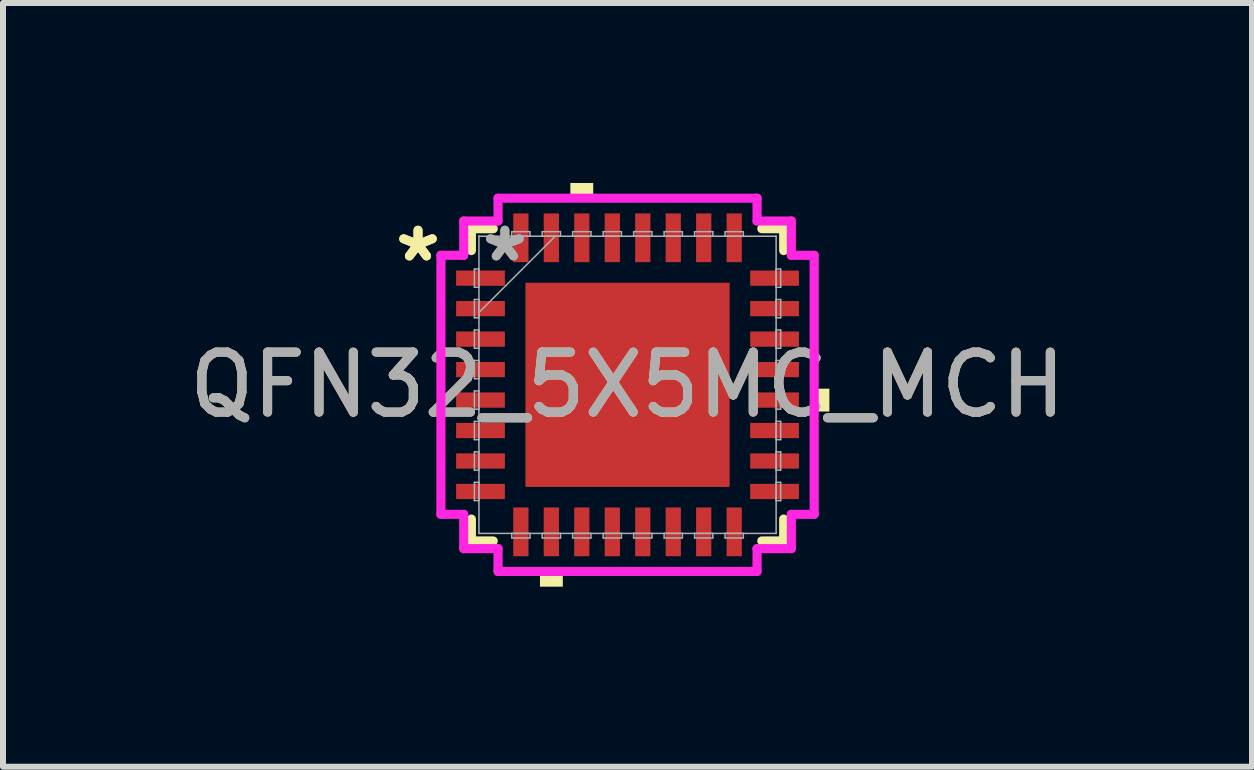
<source format=kicad_pcb>
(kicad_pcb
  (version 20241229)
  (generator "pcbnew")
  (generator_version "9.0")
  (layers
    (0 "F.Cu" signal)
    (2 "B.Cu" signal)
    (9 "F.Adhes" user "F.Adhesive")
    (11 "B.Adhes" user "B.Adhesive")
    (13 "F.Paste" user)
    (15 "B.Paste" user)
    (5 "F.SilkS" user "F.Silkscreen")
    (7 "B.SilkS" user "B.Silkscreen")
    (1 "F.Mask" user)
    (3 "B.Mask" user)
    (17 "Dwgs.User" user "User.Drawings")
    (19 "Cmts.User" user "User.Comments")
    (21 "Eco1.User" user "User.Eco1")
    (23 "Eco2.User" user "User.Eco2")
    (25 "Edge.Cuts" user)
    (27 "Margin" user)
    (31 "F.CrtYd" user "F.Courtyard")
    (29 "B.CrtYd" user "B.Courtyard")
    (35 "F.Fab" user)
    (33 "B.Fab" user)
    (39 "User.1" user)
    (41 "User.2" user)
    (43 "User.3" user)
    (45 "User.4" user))
  (footprint "QFN32_5X5MC_MCH"
    (layer "F.Cu")
    (at 7.411 3.365)
    (property "Reference" "QFN32_5X5MC_MCH" (at 0 0 0) (unlocked yes) (layer "F.SilkS") (effects (font (size 1 1) (thickness 0.15))))
    (attr smd)
    (fp_poly (pts (xy -1.765 -1.765) (xy -1.381 -1.765) (xy -1.381 1.765) (xy -1.765 1.765)) (stroke (width 0) (type solid)) (fill yes) (layer "F.Mask"))
    (fp_poly (pts (xy -1.765 -1.765) (xy 1.765 -1.765) (xy 1.765 -1.381) (xy -1.765 -1.381)) (stroke (width 0) (type solid)) (fill yes) (layer "F.Mask"))
    (fp_poly (pts (xy -1.765 -0.981) (xy 1.765 -0.981) (xy 1.765 -0.594) (xy -1.765 -0.594)) (stroke (width 0) (type solid)) (fill yes) (layer "F.Mask"))
    (fp_poly (pts (xy -1.765 -0.194) (xy 1.765 -0.194) (xy 1.765 0.194) (xy -1.765 0.194)) (stroke (width 0) (type solid)) (fill yes) (layer "F.Mask"))
    (fp_poly (pts (xy -1.765 0.594) (xy 1.765 0.594) (xy 1.765 0.981) (xy -1.765 0.981)) (stroke (width 0) (type solid)) (fill yes) (layer "F.Mask"))
    (fp_poly (pts (xy -1.765 1.381) (xy 1.765 1.381) (xy 1.765 1.765) (xy -1.765 1.765)) (stroke (width 0) (type solid)) (fill yes) (layer "F.Mask"))
    (fp_poly (pts (xy -0.594 -1.765) (xy -0.981 -1.765) (xy -0.981 1.765) (xy -0.594 1.765)) (stroke (width 0) (type solid)) (fill yes) (layer "F.Mask"))
    (fp_poly (pts (xy 0.194 -1.765) (xy -0.194 -1.765) (xy -0.194 1.765) (xy 0.194 1.765)) (stroke (width 0) (type solid)) (fill yes) (layer "F.Mask"))
    (fp_poly (pts (xy 0.981 -1.765) (xy 0.594 -1.765) (xy 0.594 1.765) (xy 0.981 1.765)) (stroke (width 0) (type solid)) (fill yes) (layer "F.Mask"))
    (fp_poly (pts (xy 1.381 -1.765) (xy 1.765 -1.765) (xy 1.765 1.765) (xy 1.381 1.765)) (stroke (width 0) (type solid)) (fill yes) (layer "F.Mask"))
    (fp_line (start -2.603 -2.603) (end -2.603 -2.238) (stroke (width 0.152) (type solid)) (layer "F.SilkS"))
    (fp_line (start -2.603 2.238) (end -2.603 2.603) (stroke (width 0.152) (type solid)) (layer "F.SilkS"))
    (fp_line (start -2.603 2.603) (end -2.238 2.603) (stroke (width 0.152) (type solid)) (layer "F.SilkS"))
    (fp_line (start -2.238 -2.603) (end -2.603 -2.603) (stroke (width 0.152) (type solid)) (layer "F.SilkS"))
    (fp_line (start 2.238 2.603) (end 2.603 2.603) (stroke (width 0.152) (type solid)) (layer "F.SilkS"))
    (fp_line (start 2.603 -2.603) (end 2.238 -2.603) (stroke (width 0.152) (type solid)) (layer "F.SilkS"))
    (fp_line (start 2.603 -2.238) (end 2.603 -2.603) (stroke (width 0.152) (type solid)) (layer "F.SilkS"))
    (fp_line (start 2.603 2.603) (end 2.603 2.238) (stroke (width 0.152) (type solid)) (layer "F.SilkS"))
    (fp_poly (pts (xy -1.46 3.111) (xy -1.46 3.365) (xy -1.079 3.365) (xy -1.079 3.111)) (stroke (width 0) (type solid)) (fill yes) (layer "F.SilkS"))
    (fp_poly (pts (xy -0.953 -3.111) (xy -0.953 -3.365) (xy -0.572 -3.365) (xy -0.572 -3.111)) (stroke (width 0) (type solid)) (fill yes) (layer "F.SilkS"))
    (fp_poly (pts (xy 3.365 0.064) (xy 3.365 0.445) (xy 3.111 0.445) (xy 3.111 0.064)) (stroke (width 0) (type solid)) (fill yes) (layer "F.SilkS"))
    (fp_poly (pts (xy -1.627 -1.627) (xy -1.627 -1.281) (xy -1.423 -1.281) (xy -1.281 -1.423) (xy -1.281 -1.627)) (stroke (width 0) (type solid)) (fill yes) (layer "F.Paste"))
    (fp_poly (pts (xy -1.627 1.281) (xy -1.627 1.627) (xy -1.281 1.627) (xy -1.281 1.423) (xy -1.423 1.281)) (stroke (width 0) (type solid)) (fill yes) (layer "F.Paste"))
    (fp_poly (pts (xy 1.281 -1.627) (xy 1.281 -1.423) (xy 1.423 -1.281) (xy 1.627 -1.281) (xy 1.627 -1.627)) (stroke (width 0) (type solid)) (fill yes) (layer "F.Paste"))
    (fp_poly (pts (xy 1.423 1.281) (xy 1.281 1.423) (xy 1.281 1.627) (xy 1.627 1.627) (xy 1.627 1.281)) (stroke (width 0) (type solid)) (fill yes) (layer "F.Paste"))
    (fp_poly (pts (xy -1.627 -1.081) (xy -1.627 -0.494) (xy -1.423 -0.494) (xy -1.281 -0.635) (xy -1.281 -0.94) (xy -1.423 -1.081)) (stroke (width 0) (type solid)) (fill yes) (layer "F.Paste"))
    (fp_poly (pts (xy -1.627 -0.294) (xy -1.627 0.294) (xy -1.423 0.294) (xy -1.281 0.152) (xy -1.281 -0.152) (xy -1.423 -0.294)) (stroke (width 0) (type solid)) (fill yes) (layer "F.Paste"))
    (fp_poly (pts (xy -1.627 0.494) (xy -1.627 1.081) (xy -1.423 1.081) (xy -1.281 0.94) (xy -1.281 0.635) (xy -1.423 0.494)) (stroke (width 0) (type solid)) (fill yes) (layer "F.Paste"))
    (fp_poly (pts (xy -1.081 -1.627) (xy -1.081 -1.423) (xy -0.94 -1.281) (xy -0.635 -1.281) (xy -0.494 -1.423) (xy -0.494 -1.627)) (stroke (width 0) (type solid)) (fill yes) (layer "F.Paste"))
    (fp_poly (pts (xy -0.94 1.281) (xy -1.081 1.423) (xy -1.081 1.627) (xy -0.494 1.627) (xy -0.494 1.423) (xy -0.635 1.281)) (stroke (width 0) (type solid)) (fill yes) (layer "F.Paste"))
    (fp_poly (pts (xy -0.294 -1.627) (xy -0.294 -1.423) (xy -0.152 -1.281) (xy 0.152 -1.281) (xy 0.294 -1.423) (xy 0.294 -1.627)) (stroke (width 0) (type solid)) (fill yes) (layer "F.Paste"))
    (fp_poly (pts (xy -0.152 1.281) (xy -0.294 1.423) (xy -0.294 1.627) (xy 0.294 1.627) (xy 0.294 1.423) (xy 0.152 1.281)) (stroke (width 0) (type solid)) (fill yes) (layer "F.Paste"))
    (fp_poly (pts (xy 0.494 -1.627) (xy 0.494 -1.423) (xy 0.635 -1.281) (xy 0.94 -1.281) (xy 1.081 -1.423) (xy 1.081 -1.627)) (stroke (width 0) (type solid)) (fill yes) (layer "F.Paste"))
    (fp_poly (pts (xy 0.635 1.281) (xy 0.494 1.423) (xy 0.494 1.627) (xy 1.081 1.627) (xy 1.081 1.423) (xy 0.94 1.281)) (stroke (width 0) (type solid)) (fill yes) (layer "F.Paste"))
    (fp_poly (pts (xy 1.423 -1.081) (xy 1.281 -0.94) (xy 1.281 -0.635) (xy 1.423 -0.494) (xy 1.627 -0.494) (xy 1.627 -1.081)) (stroke (width 0) (type solid)) (fill yes) (layer "F.Paste"))
    (fp_poly (pts (xy 1.423 -0.294) (xy 1.281 -0.152) (xy 1.281 0.152) (xy 1.423 0.294) (xy 1.627 0.294) (xy 1.627 -0.294)) (stroke (width 0) (type solid)) (fill yes) (layer "F.Paste"))
    (fp_poly (pts (xy 1.423 0.494) (xy 1.281 0.635) (xy 1.281 0.94) (xy 1.423 1.081) (xy 1.627 1.081) (xy 1.627 0.494)) (stroke (width 0) (type solid)) (fill yes) (layer "F.Paste"))
    (fp_poly (pts (xy -0.94 -1.081) (xy -1.081 -0.94) (xy -1.081 -0.635) (xy -0.94 -0.494) (xy -0.635 -0.494) (xy -0.494 -0.635) (xy -0.494 -0.94) (xy -0.635 -1.081)) (stroke (width 0) (type solid)) (fill yes) (layer "F.Paste"))
    (fp_poly (pts (xy -0.94 -0.294) (xy -1.081 -0.152) (xy -1.081 0.152) (xy -0.94 0.294) (xy -0.635 0.294) (xy -0.494 0.152) (xy -0.494 -0.152) (xy -0.635 -0.294)) (stroke (width 0) (type solid)) (fill yes) (layer "F.Paste"))
    (fp_poly (pts (xy -0.94 0.494) (xy -1.081 0.635) (xy -1.081 0.94) (xy -0.94 1.081) (xy -0.635 1.081) (xy -0.494 0.94) (xy -0.494 0.635) (xy -0.635 0.494)) (stroke (width 0) (type solid)) (fill yes) (layer "F.Paste"))
    (fp_poly (pts (xy -0.152 -1.081) (xy -0.294 -0.94) (xy -0.294 -0.635) (xy -0.152 -0.494) (xy 0.152 -0.494) (xy 0.294 -0.635) (xy 0.294 -0.94) (xy 0.152 -1.081)) (stroke (width 0) (type solid)) (fill yes) (layer "F.Paste"))
    (fp_poly (pts (xy -0.152 -0.294) (xy -0.294 -0.152) (xy -0.294 0.152) (xy -0.152 0.294) (xy 0.152 0.294) (xy 0.294 0.152) (xy 0.294 -0.152) (xy 0.152 -0.294)) (stroke (width 0) (type solid)) (fill yes) (layer "F.Paste"))
    (fp_poly (pts (xy -0.152 0.494) (xy -0.294 0.635) (xy -0.294 0.94) (xy -0.152 1.081) (xy 0.152 1.081) (xy 0.294 0.94) (xy 0.294 0.635) (xy 0.152 0.494)) (stroke (width 0) (type solid)) (fill yes) (layer "F.Paste"))
    (fp_poly (pts (xy 0.635 -1.081) (xy 0.494 -0.94) (xy 0.494 -0.635) (xy 0.635 -0.494) (xy 0.94 -0.494) (xy 1.081 -0.635) (xy 1.081 -0.94) (xy 0.94 -1.081)) (stroke (width 0) (type solid)) (fill yes) (layer "F.Paste"))
    (fp_poly (pts (xy 0.635 -0.294) (xy 0.494 -0.152) (xy 0.494 0.152) (xy 0.635 0.294) (xy 0.94 0.294) (xy 1.081 0.152) (xy 1.081 -0.152) (xy 0.94 -0.294)) (stroke (width 0) (type solid)) (fill yes) (layer "F.Paste"))
    (fp_poly (pts (xy 0.635 0.494) (xy 0.494 0.635) (xy 0.494 0.94) (xy 0.635 1.081) (xy 0.94 1.081) (xy 1.081 0.94) (xy 1.081 0.635) (xy 0.94 0.494)) (stroke (width 0) (type solid)) (fill yes) (layer "F.Paste"))
    (fp_circle (center -1.181 -1.181) (end -0.8 -1.181) (stroke (width 0.254) (type solid)) (fill no) (layer "Eco1.User"))
    (fp_circle (center -1.181 -0.394) (end -0.8 -0.394) (stroke (width 0.254) (type solid)) (fill no) (layer "Eco1.User"))
    (fp_circle (center -1.181 0.394) (end -0.8 0.394) (stroke (width 0.254) (type solid)) (fill no) (layer "Eco1.User"))
    (fp_circle (center -1.181 1.181) (end -0.8 1.181) (stroke (width 0.254) (type solid)) (fill no) (layer "Eco1.User"))
    (fp_circle (center -0.394 -1.181) (end -0.013 -1.181) (stroke (width 0.254) (type solid)) (fill no) (layer "Eco1.User"))
    (fp_circle (center -0.394 -0.394) (end -0.013 -0.394) (stroke (width 0.254) (type solid)) (fill no) (layer "Eco1.User"))
    (fp_circle (center -0.394 0.394) (end -0.013 0.394) (stroke (width 0.254) (type solid)) (fill no) (layer "Eco1.User"))
    (fp_circle (center -0.394 1.181) (end -0.013 1.181) (stroke (width 0.254) (type solid)) (fill no) (layer "Eco1.User"))
    (fp_circle (center 0.394 -1.181) (end 0.775 -1.181) (stroke (width 0.254) (type solid)) (fill no) (layer "Eco1.User"))
    (fp_circle (center 0.394 -0.394) (end 0.775 -0.394) (stroke (width 0.254) (type solid)) (fill no) (layer "Eco1.User"))
    (fp_circle (center 0.394 0.394) (end 0.775 0.394) (stroke (width 0.254) (type solid)) (fill no) (layer "Eco1.User"))
    (fp_circle (center 0.394 1.181) (end 0.775 1.181) (stroke (width 0.254) (type solid)) (fill no) (layer "Eco1.User"))
    (fp_circle (center 1.181 -1.181) (end 1.562 -1.181) (stroke (width 0.254) (type solid)) (fill no) (layer "Eco1.User"))
    (fp_circle (center 1.181 -0.394) (end 1.562 -0.394) (stroke (width 0.254) (type solid)) (fill no) (layer "Eco1.User"))
    (fp_circle (center 1.181 0.394) (end 1.562 0.394) (stroke (width 0.254) (type solid)) (fill no) (layer "Eco1.User"))
    (fp_circle (center 1.181 1.181) (end 1.562 1.181) (stroke (width 0.254) (type solid)) (fill no) (layer "Eco1.User"))
    (fp_line (start -3.111 -2.159) (end -2.731 -2.159) (stroke (width 0.152) (type solid)) (layer "F.CrtYd"))
    (fp_line (start -3.111 2.159) (end -3.111 -2.159) (stroke (width 0.152) (type solid)) (layer "F.CrtYd"))
    (fp_line (start -2.731 -2.731) (end -2.159 -2.731) (stroke (width 0.152) (type solid)) (layer "F.CrtYd"))
    (fp_line (start -2.731 -2.159) (end -2.731 -2.731) (stroke (width 0.152) (type solid)) (layer "F.CrtYd"))
    (fp_line (start -2.731 2.159) (end -3.111 2.159) (stroke (width 0.152) (type solid)) (layer "F.CrtYd"))
    (fp_line (start -2.731 2.731) (end -2.731 2.159) (stroke (width 0.152) (type solid)) (layer "F.CrtYd"))
    (fp_line (start -2.159 -3.111) (end 2.159 -3.111) (stroke (width 0.152) (type solid)) (layer "F.CrtYd"))
    (fp_line (start -2.159 -2.731) (end -2.159 -3.111) (stroke (width 0.152) (type solid)) (layer "F.CrtYd"))
    (fp_line (start -2.159 2.731) (end -2.731 2.731) (stroke (width 0.152) (type solid)) (layer "F.CrtYd"))
    (fp_line (start -2.159 3.111) (end -2.159 2.731) (stroke (width 0.152) (type solid)) (layer "F.CrtYd"))
    (fp_line (start 2.159 -3.111) (end 2.159 -2.731) (stroke (width 0.152) (type solid)) (layer "F.CrtYd"))
    (fp_line (start 2.159 -2.731) (end 2.731 -2.731) (stroke (width 0.152) (type solid)) (layer "F.CrtYd"))
    (fp_line (start 2.159 2.731) (end 2.159 3.111) (stroke (width 0.152) (type solid)) (layer "F.CrtYd"))
    (fp_line (start 2.159 3.111) (end -2.159 3.111) (stroke (width 0.152) (type solid)) (layer "F.CrtYd"))
    (fp_line (start 2.731 -2.731) (end 2.731 -2.159) (stroke (width 0.152) (type solid)) (layer "F.CrtYd"))
    (fp_line (start 2.731 -2.159) (end 3.111 -2.159) (stroke (width 0.152) (type solid)) (layer "F.CrtYd"))
    (fp_line (start 2.731 2.159) (end 2.731 2.731) (stroke (width 0.152) (type solid)) (layer "F.CrtYd"))
    (fp_line (start 2.731 2.731) (end 2.159 2.731) (stroke (width 0.152) (type solid)) (layer "F.CrtYd"))
    (fp_line (start 3.111 -2.159) (end 3.111 2.159) (stroke (width 0.152) (type solid)) (layer "F.CrtYd"))
    (fp_line (start 3.111 2.159) (end 2.731 2.159) (stroke (width 0.152) (type solid)) (layer "F.CrtYd"))
    (fp_line (start -2.553 -1.93) (end -2.553 -1.626) (stroke (width 0.025) (type solid)) (layer "F.Fab"))
    (fp_line (start -2.553 -1.626) (end -2.477 -1.626) (stroke (width 0.025) (type solid)) (layer "F.Fab"))
    (fp_line (start -2.553 -1.422) (end -2.553 -1.118) (stroke (width 0.025) (type solid)) (layer "F.Fab"))
    (fp_line (start -2.553 -1.118) (end -2.477 -1.118) (stroke (width 0.025) (type solid)) (layer "F.Fab"))
    (fp_line (start -2.553 -0.914) (end -2.553 -0.61) (stroke (width 0.025) (type solid)) (layer "F.Fab"))
    (fp_line (start -2.553 -0.61) (end -2.477 -0.61) (stroke (width 0.025) (type solid)) (layer "F.Fab"))
    (fp_line (start -2.553 -0.406) (end -2.553 -0.102) (stroke (width 0.025) (type solid)) (layer "F.Fab"))
    (fp_line (start -2.553 -0.102) (end -2.477 -0.102) (stroke (width 0.025) (type solid)) (layer "F.Fab"))
    (fp_line (start -2.553 0.102) (end -2.553 0.406) (stroke (width 0.025) (type solid)) (layer "F.Fab"))
    (fp_line (start -2.553 0.406) (end -2.477 0.406) (stroke (width 0.025) (type solid)) (layer "F.Fab"))
    (fp_line (start -2.553 0.61) (end -2.553 0.914) (stroke (width 0.025) (type solid)) (layer "F.Fab"))
    (fp_line (start -2.553 0.914) (end -2.477 0.914) (stroke (width 0.025) (type solid)) (layer "F.Fab"))
    (fp_line (start -2.553 1.118) (end -2.553 1.422) (stroke (width 0.025) (type solid)) (layer "F.Fab"))
    (fp_line (start -2.553 1.422) (end -2.477 1.422) (stroke (width 0.025) (type solid)) (layer "F.Fab"))
    (fp_line (start -2.553 1.626) (end -2.553 1.93) (stroke (width 0.025) (type solid)) (layer "F.Fab"))
    (fp_line (start -2.553 1.93) (end -2.477 1.93) (stroke (width 0.025) (type solid)) (layer "F.Fab"))
    (fp_line (start -2.477 -2.477) (end -2.477 -2.477) (stroke (width 0.025) (type solid)) (layer "F.Fab"))
    (fp_line (start -2.477 -2.477) (end -2.477 2.477) (stroke (width 0.025) (type solid)) (layer "F.Fab"))
    (fp_line (start -2.477 -1.93) (end -2.553 -1.93) (stroke (width 0.025) (type solid)) (layer "F.Fab"))
    (fp_line (start -2.477 -1.626) (end -2.477 -1.93) (stroke (width 0.025) (type solid)) (layer "F.Fab"))
    (fp_line (start -2.477 -1.422) (end -2.553 -1.422) (stroke (width 0.025) (type solid)) (layer "F.Fab"))
    (fp_line (start -2.477 -1.206) (end -1.206 -2.477) (stroke (width 0.025) (type solid)) (layer "F.Fab"))
    (fp_line (start -2.477 -1.118) (end -2.477 -1.422) (stroke (width 0.025) (type solid)) (layer "F.Fab"))
    (fp_line (start -2.477 -0.914) (end -2.553 -0.914) (stroke (width 0.025) (type solid)) (layer "F.Fab"))
    (fp_line (start -2.477 -0.61) (end -2.477 -0.914) (stroke (width 0.025) (type solid)) (layer "F.Fab"))
    (fp_line (start -2.477 -0.406) (end -2.553 -0.406) (stroke (width 0.025) (type solid)) (layer "F.Fab"))
    (fp_line (start -2.477 -0.102) (end -2.477 -0.406) (stroke (width 0.025) (type solid)) (layer "F.Fab"))
    (fp_line (start -2.477 0.102) (end -2.553 0.102) (stroke (width 0.025) (type solid)) (layer "F.Fab"))
    (fp_line (start -2.477 0.406) (end -2.477 0.102) (stroke (width 0.025) (type solid)) (layer "F.Fab"))
    (fp_line (start -2.477 0.61) (end -2.553 0.61) (stroke (width 0.025) (type solid)) (layer "F.Fab"))
    (fp_line (start -2.477 0.914) (end -2.477 0.61) (stroke (width 0.025) (type solid)) (layer "F.Fab"))
    (fp_line (start -2.477 1.118) (end -2.553 1.118) (stroke (width 0.025) (type solid)) (layer "F.Fab"))
    (fp_line (start -2.477 1.422) (end -2.477 1.118) (stroke (width 0.025) (type solid)) (layer "F.Fab"))
    (fp_line (start -2.477 1.626) (end -2.553 1.626) (stroke (width 0.025) (type solid)) (layer "F.Fab"))
    (fp_line (start -2.477 1.93) (end -2.477 1.626) (stroke (width 0.025) (type solid)) (layer "F.Fab"))
    (fp_line (start -2.477 2.477) (end -2.477 2.477) (stroke (width 0.025) (type solid)) (layer "F.Fab"))
    (fp_line (start -2.477 2.477) (end 2.477 2.477) (stroke (width 0.025) (type solid)) (layer "F.Fab"))
    (fp_line (start -1.93 -2.553) (end -1.93 -2.477) (stroke (width 0.025) (type solid)) (layer "F.Fab"))
    (fp_line (start -1.93 -2.477) (end -1.626 -2.477) (stroke (width 0.025) (type solid)) (layer "F.Fab"))
    (fp_line (start -1.93 2.477) (end -1.93 2.553) (stroke (width 0.025) (type solid)) (layer "F.Fab"))
    (fp_line (start -1.93 2.553) (end -1.626 2.553) (stroke (width 0.025) (type solid)) (layer "F.Fab"))
    (fp_line (start -1.626 -2.553) (end -1.93 -2.553) (stroke (width 0.025) (type solid)) (layer "F.Fab"))
    (fp_line (start -1.626 -2.477) (end -1.626 -2.553) (stroke (width 0.025) (type solid)) (layer "F.Fab"))
    (fp_line (start -1.626 2.477) (end -1.93 2.477) (stroke (width 0.025) (type solid)) (layer "F.Fab"))
    (fp_line (start -1.626 2.553) (end -1.626 2.477) (stroke (width 0.025) (type solid)) (layer "F.Fab"))
    (fp_line (start -1.422 -2.553) (end -1.422 -2.477) (stroke (width 0.025) (type solid)) (layer "F.Fab"))
    (fp_line (start -1.422 -2.477) (end -1.118 -2.477) (stroke (width 0.025) (type solid)) (layer "F.Fab"))
    (fp_line (start -1.422 2.477) (end -1.422 2.553) (stroke (width 0.025) (type solid)) (layer "F.Fab"))
    (fp_line (start -1.422 2.553) (end -1.118 2.553) (stroke (width 0.025) (type solid)) (layer "F.Fab"))
    (fp_line (start -1.118 -2.553) (end -1.422 -2.553) (stroke (width 0.025) (type solid)) (layer "F.Fab"))
    (fp_line (start -1.118 -2.477) (end -1.118 -2.553) (stroke (width 0.025) (type solid)) (layer "F.Fab"))
    (fp_line (start -1.118 2.477) (end -1.422 2.477) (stroke (width 0.025) (type solid)) (layer "F.Fab"))
    (fp_line (start -1.118 2.553) (end -1.118 2.477) (stroke (width 0.025) (type solid)) (layer "F.Fab"))
    (fp_line (start -0.914 -2.553) (end -0.914 -2.477) (stroke (width 0.025) (type solid)) (layer "F.Fab"))
    (fp_line (start -0.914 -2.477) (end -0.61 -2.477) (stroke (width 0.025) (type solid)) (layer "F.Fab"))
    (fp_line (start -0.914 2.477) (end -0.914 2.553) (stroke (width 0.025) (type solid)) (layer "F.Fab"))
    (fp_line (start -0.914 2.553) (end -0.61 2.553) (stroke (width 0.025) (type solid)) (layer "F.Fab"))
    (fp_line (start -0.61 -2.553) (end -0.914 -2.553) (stroke (width 0.025) (type solid)) (layer "F.Fab"))
    (fp_line (start -0.61 -2.477) (end -0.61 -2.553) (stroke (width 0.025) (type solid)) (layer "F.Fab"))
    (fp_line (start -0.61 2.477) (end -0.914 2.477) (stroke (width 0.025) (type solid)) (layer "F.Fab"))
    (fp_line (start -0.61 2.553) (end -0.61 2.477) (stroke (width 0.025) (type solid)) (layer "F.Fab"))
    (fp_line (start -0.406 -2.553) (end -0.406 -2.477) (stroke (width 0.025) (type solid)) (layer "F.Fab"))
    (fp_line (start -0.406 -2.477) (end -0.102 -2.477) (stroke (width 0.025) (type solid)) (layer "F.Fab"))
    (fp_line (start -0.406 2.477) (end -0.406 2.553) (stroke (width 0.025) (type solid)) (layer "F.Fab"))
    (fp_line (start -0.406 2.553) (end -0.102 2.553) (stroke (width 0.025) (type solid)) (layer "F.Fab"))
    (fp_line (start -0.102 -2.553) (end -0.406 -2.553) (stroke (width 0.025) (type solid)) (layer "F.Fab"))
    (fp_line (start -0.102 -2.477) (end -0.102 -2.553) (stroke (width 0.025) (type solid)) (layer "F.Fab"))
    (fp_line (start -0.102 2.477) (end -0.406 2.477) (stroke (width 0.025) (type solid)) (layer "F.Fab"))
    (fp_line (start -0.102 2.553) (end -0.102 2.477) (stroke (width 0.025) (type solid)) (layer "F.Fab"))
    (fp_line (start 0.102 -2.553) (end 0.102 -2.477) (stroke (width 0.025) (type solid)) (layer "F.Fab"))
    (fp_line (start 0.102 -2.477) (end 0.406 -2.477) (stroke (width 0.025) (type solid)) (layer "F.Fab"))
    (fp_line (start 0.102 2.477) (end 0.102 2.553) (stroke (width 0.025) (type solid)) (layer "F.Fab"))
    (fp_line (start 0.102 2.553) (end 0.406 2.553) (stroke (width 0.025) (type solid)) (layer "F.Fab"))
    (fp_line (start 0.406 -2.553) (end 0.102 -2.553) (stroke (width 0.025) (type solid)) (layer "F.Fab"))
    (fp_line (start 0.406 -2.477) (end 0.406 -2.553) (stroke (width 0.025) (type solid)) (layer "F.Fab"))
    (fp_line (start 0.406 2.477) (end 0.102 2.477) (stroke (width 0.025) (type solid)) (layer "F.Fab"))
    (fp_line (start 0.406 2.553) (end 0.406 2.477) (stroke (width 0.025) (type solid)) (layer "F.Fab"))
    (fp_line (start 0.61 -2.553) (end 0.61 -2.477) (stroke (width 0.025) (type solid)) (layer "F.Fab"))
    (fp_line (start 0.61 -2.477) (end 0.914 -2.477) (stroke (width 0.025) (type solid)) (layer "F.Fab"))
    (fp_line (start 0.61 2.477) (end 0.61 2.553) (stroke (width 0.025) (type solid)) (layer "F.Fab"))
    (fp_line (start 0.61 2.553) (end 0.914 2.553) (stroke (width 0.025) (type solid)) (layer "F.Fab"))
    (fp_line (start 0.914 -2.553) (end 0.61 -2.553) (stroke (width 0.025) (type solid)) (layer "F.Fab"))
    (fp_line (start 0.914 -2.477) (end 0.914 -2.553) (stroke (width 0.025) (type solid)) (layer "F.Fab"))
    (fp_line (start 0.914 2.477) (end 0.61 2.477) (stroke (width 0.025) (type solid)) (layer "F.Fab"))
    (fp_line (start 0.914 2.553) (end 0.914 2.477) (stroke (width 0.025) (type solid)) (layer "F.Fab"))
    (fp_line (start 1.118 -2.553) (end 1.118 -2.477) (stroke (width 0.025) (type solid)) (layer "F.Fab"))
    (fp_line (start 1.118 -2.477) (end 1.422 -2.477) (stroke (width 0.025) (type solid)) (layer "F.Fab"))
    (fp_line (start 1.118 2.477) (end 1.118 2.553) (stroke (width 0.025) (type solid)) (layer "F.Fab"))
    (fp_line (start 1.118 2.553) (end 1.422 2.553) (stroke (width 0.025) (type solid)) (layer "F.Fab"))
    (fp_line (start 1.422 -2.553) (end 1.118 -2.553) (stroke (width 0.025) (type solid)) (layer "F.Fab"))
    (fp_line (start 1.422 -2.477) (end 1.422 -2.553) (stroke (width 0.025) (type solid)) (layer "F.Fab"))
    (fp_line (start 1.422 2.477) (end 1.118 2.477) (stroke (width 0.025) (type solid)) (layer "F.Fab"))
    (fp_line (start 1.422 2.553) (end 1.422 2.477) (stroke (width 0.025) (type solid)) (layer "F.Fab"))
    (fp_line (start 1.626 -2.553) (end 1.626 -2.477) (stroke (width 0.025) (type solid)) (layer "F.Fab"))
    (fp_line (start 1.626 -2.477) (end 1.93 -2.477) (stroke (width 0.025) (type solid)) (layer "F.Fab"))
    (fp_line (start 1.626 2.477) (end 1.626 2.553) (stroke (width 0.025) (type solid)) (layer "F.Fab"))
    (fp_line (start 1.626 2.553) (end 1.93 2.553) (stroke (width 0.025) (type solid)) (layer "F.Fab"))
    (fp_line (start 1.93 -2.553) (end 1.626 -2.553) (stroke (width 0.025) (type solid)) (layer "F.Fab"))
    (fp_line (start 1.93 -2.477) (end 1.93 -2.553) (stroke (width 0.025) (type solid)) (layer "F.Fab"))
    (fp_line (start 1.93 2.477) (end 1.626 2.477) (stroke (width 0.025) (type solid)) (layer "F.Fab"))
    (fp_line (start 1.93 2.553) (end 1.93 2.477) (stroke (width 0.025) (type solid)) (layer "F.Fab"))
    (fp_line (start 2.477 -2.477) (end -2.477 -2.477) (stroke (width 0.025) (type solid)) (layer "F.Fab"))
    (fp_line (start 2.477 -2.477) (end 2.477 -2.477) (stroke (width 0.025) (type solid)) (layer "F.Fab"))
    (fp_line (start 2.477 -1.93) (end 2.477 -1.626) (stroke (width 0.025) (type solid)) (layer "F.Fab"))
    (fp_line (start 2.477 -1.626) (end 2.553 -1.626) (stroke (width 0.025) (type solid)) (layer "F.Fab"))
    (fp_line (start 2.477 -1.422) (end 2.477 -1.118) (stroke (width 0.025) (type solid)) (layer "F.Fab"))
    (fp_line (start 2.477 -1.118) (end 2.553 -1.118) (stroke (width 0.025) (type solid)) (layer "F.Fab"))
    (fp_line (start 2.477 -0.914) (end 2.477 -0.61) (stroke (width 0.025) (type solid)) (layer "F.Fab"))
    (fp_line (start 2.477 -0.61) (end 2.553 -0.61) (stroke (width 0.025) (type solid)) (layer "F.Fab"))
    (fp_line (start 2.477 -0.406) (end 2.477 -0.102) (stroke (width 0.025) (type solid)) (layer "F.Fab"))
    (fp_line (start 2.477 -0.102) (end 2.553 -0.102) (stroke (width 0.025) (type solid)) (layer "F.Fab"))
    (fp_line (start 2.477 0.102) (end 2.477 0.406) (stroke (width 0.025) (type solid)) (layer "F.Fab"))
    (fp_line (start 2.477 0.406) (end 2.553 0.406) (stroke (width 0.025) (type solid)) (layer "F.Fab"))
    (fp_line (start 2.477 0.61) (end 2.477 0.914) (stroke (width 0.025) (type solid)) (layer "F.Fab"))
    (fp_line (start 2.477 0.914) (end 2.553 0.914) (stroke (width 0.025) (type solid)) (layer "F.Fab"))
    (fp_line (start 2.477 1.118) (end 2.477 1.422) (stroke (width 0.025) (type solid)) (layer "F.Fab"))
    (fp_line (start 2.477 1.422) (end 2.553 1.422) (stroke (width 0.025) (type solid)) (layer "F.Fab"))
    (fp_line (start 2.477 1.626) (end 2.477 1.93) (stroke (width 0.025) (type solid)) (layer "F.Fab"))
    (fp_line (start 2.477 1.93) (end 2.553 1.93) (stroke (width 0.025) (type solid)) (layer "F.Fab"))
    (fp_line (start 2.477 2.477) (end 2.477 -2.477) (stroke (width 0.025) (type solid)) (layer "F.Fab"))
    (fp_line (start 2.477 2.477) (end 2.477 2.477) (stroke (width 0.025) (type solid)) (layer "F.Fab"))
    (fp_line (start 2.553 -1.93) (end 2.477 -1.93) (stroke (width 0.025) (type solid)) (layer "F.Fab"))
    (fp_line (start 2.553 -1.626) (end 2.553 -1.93) (stroke (width 0.025) (type solid)) (layer "F.Fab"))
    (fp_line (start 2.553 -1.422) (end 2.477 -1.422) (stroke (width 0.025) (type solid)) (layer "F.Fab"))
    (fp_line (start 2.553 -1.118) (end 2.553 -1.422) (stroke (width 0.025) (type solid)) (layer "F.Fab"))
    (fp_line (start 2.553 -0.914) (end 2.477 -0.914) (stroke (width 0.025) (type solid)) (layer "F.Fab"))
    (fp_line (start 2.553 -0.61) (end 2.553 -0.914) (stroke (width 0.025) (type solid)) (layer "F.Fab"))
    (fp_line (start 2.553 -0.406) (end 2.477 -0.406) (stroke (width 0.025) (type solid)) (layer "F.Fab"))
    (fp_line (start 2.553 -0.102) (end 2.553 -0.406) (stroke (width 0.025) (type solid)) (layer "F.Fab"))
    (fp_line (start 2.553 0.102) (end 2.477 0.102) (stroke (width 0.025) (type solid)) (layer "F.Fab"))
    (fp_line (start 2.553 0.406) (end 2.553 0.102) (stroke (width 0.025) (type solid)) (layer "F.Fab"))
    (fp_line (start 2.553 0.61) (end 2.477 0.61) (stroke (width 0.025) (type solid)) (layer "F.Fab"))
    (fp_line (start 2.553 0.914) (end 2.553 0.61) (stroke (width 0.025) (type solid)) (layer "F.Fab"))
    (fp_line (start 2.553 1.118) (end 2.477 1.118) (stroke (width 0.025) (type solid)) (layer "F.Fab"))
    (fp_line (start 2.553 1.422) (end 2.553 1.118) (stroke (width 0.025) (type solid)) (layer "F.Fab"))
    (fp_line (start 2.553 1.626) (end 2.477 1.626) (stroke (width 0.025) (type solid)) (layer "F.Fab"))
    (fp_line (start 2.553 1.93) (end 2.553 1.626) (stroke (width 0.025) (type solid)) (layer "F.Fab"))
    (fp_text user "*" (at -3.493 -2.032 0) (unlocked yes) (layer "F.SilkS") (effects (font (size 1 1) (thickness 0.15))))
    (fp_text user "*" (at -3.493 -2.032 0) (layer "F.SilkS") (effects (font (size 1 1) (thickness 0.15))))
    (fp_text user "${REFERENCE}" (at 0 0 0) (unlocked yes) (layer "F.Fab") (effects (font (size 1 1) (thickness 0.15))))
    (fp_text user "*" (at -2.045 -2.032 0) (layer "F.Fab") (effects (font (size 1 1) (thickness 0.15))))
    (fp_text user "*" (at -2.045 -2.032 0) (unlocked yes) (layer "F.Fab") (effects (font (size 1 1) (thickness 0.15))))
    (pad "1" smd rect (at -2.451 -1.778 90) (size 0.254 0.813) (layers "F.Cu" "F.Mask" "F.Paste"))
    (pad "2" smd rect (at -2.451 -1.27 90) (size 0.254 0.813) (layers "F.Cu" "F.Mask" "F.Paste"))
    (pad "3" smd rect (at -2.451 -0.762 90) (size 0.254 0.813) (layers "F.Cu" "F.Mask" "F.Paste"))
    (pad "4" smd rect (at -2.451 -0.254 90) (size 0.254 0.813) (layers "F.Cu" "F.Mask" "F.Paste"))
    (pad "5" smd rect (at -2.451 0.254 90) (size 0.254 0.813) (layers "F.Cu" "F.Mask" "F.Paste"))
    (pad "6" smd rect (at -2.451 0.762 90) (size 0.254 0.813) (layers "F.Cu" "F.Mask" "F.Paste"))
    (pad "7" smd rect (at -2.451 1.27 90) (size 0.254 0.813) (layers "F.Cu" "F.Mask" "F.Paste"))
    (pad "8" smd rect (at -2.451 1.778 90) (size 0.254 0.813) (layers "F.Cu" "F.Mask" "F.Paste"))
    (pad "9" smd rect (at -1.778 2.451) (size 0.254 0.813) (layers "F.Cu" "F.Mask" "F.Paste"))
    (pad "10" smd rect (at -1.27 2.451) (size 0.254 0.813) (layers "F.Cu" "F.Mask" "F.Paste"))
    (pad "11" smd rect (at -0.762 2.451) (size 0.254 0.813) (layers "F.Cu" "F.Mask" "F.Paste"))
    (pad "12" smd rect (at -0.254 2.451) (size 0.254 0.813) (layers "F.Cu" "F.Mask" "F.Paste"))
    (pad "13" smd rect (at 0.254 2.451) (size 0.254 0.813) (layers "F.Cu" "F.Mask" "F.Paste"))
    (pad "14" smd rect (at 0.762 2.451) (size 0.254 0.813) (layers "F.Cu" "F.Mask" "F.Paste"))
    (pad "15" smd rect (at 1.27 2.451) (size 0.254 0.813) (layers "F.Cu" "F.Mask" "F.Paste"))
    (pad "16" smd rect (at 1.778 2.451) (size 0.254 0.813) (layers "F.Cu" "F.Mask" "F.Paste"))
    (pad "17" smd rect (at 2.451 1.778 90) (size 0.254 0.813) (layers "F.Cu" "F.Mask" "F.Paste"))
    (pad "18" smd rect (at 2.451 1.27 90) (size 0.254 0.813) (layers "F.Cu" "F.Mask" "F.Paste"))
    (pad "19" smd rect (at 2.451 0.762 90) (size 0.254 0.813) (layers "F.Cu" "F.Mask" "F.Paste"))
    (pad "20" smd rect (at 2.451 0.254 90) (size 0.254 0.813) (layers "F.Cu" "F.Mask" "F.Paste"))
    (pad "21" smd rect (at 2.451 -0.254 90) (size 0.254 0.813) (layers "F.Cu" "F.Mask" "F.Paste"))
    (pad "22" smd rect (at 2.451 -0.762 90) (size 0.254 0.813) (layers "F.Cu" "F.Mask" "F.Paste"))
    (pad "23" smd rect (at 2.451 -1.27 90) (size 0.254 0.813) (layers "F.Cu" "F.Mask" "F.Paste"))
    (pad "24" smd rect (at 2.451 -1.778 90) (size 0.254 0.813) (layers "F.Cu" "F.Mask" "F.Paste"))
    (pad "25" smd rect (at 1.778 -2.451) (size 0.254 0.813) (layers "F.Cu" "F.Mask" "F.Paste"))
    (pad "26" smd rect (at 1.27 -2.451) (size 0.254 0.813) (layers "F.Cu" "F.Mask" "F.Paste"))
    (pad "27" smd rect (at 0.762 -2.451) (size 0.254 0.813) (layers "F.Cu" "F.Mask" "F.Paste"))
    (pad "28" smd rect (at 0.254 -2.451) (size 0.254 0.813) (layers "F.Cu" "F.Mask" "F.Paste"))
    (pad "29" smd rect (at -0.254 -2.451) (size 0.254 0.813) (layers "F.Cu" "F.Mask" "F.Paste"))
    (pad "30" smd rect (at -0.762 -2.451) (size 0.254 0.813) (layers "F.Cu" "F.Mask" "F.Paste"))
    (pad "31" smd rect (at -1.27 -2.451) (size 0.254 0.813) (layers "F.Cu" "F.Mask" "F.Paste"))
    (pad "32" smd rect (at -1.778 -2.451) (size 0.254 0.813) (layers "F.Cu" "F.Mask" "F.Paste"))
    (pad "33" smd rect (at 0 0) (size 3.404 3.404) (layers "F.Cu")))
  (gr_rect
    (start -3 -3)
    (end 17.821 9.731)
    (stroke (width 0.1) (type default))
    (fill no)
    (layer "Edge.Cuts")))
</source>
